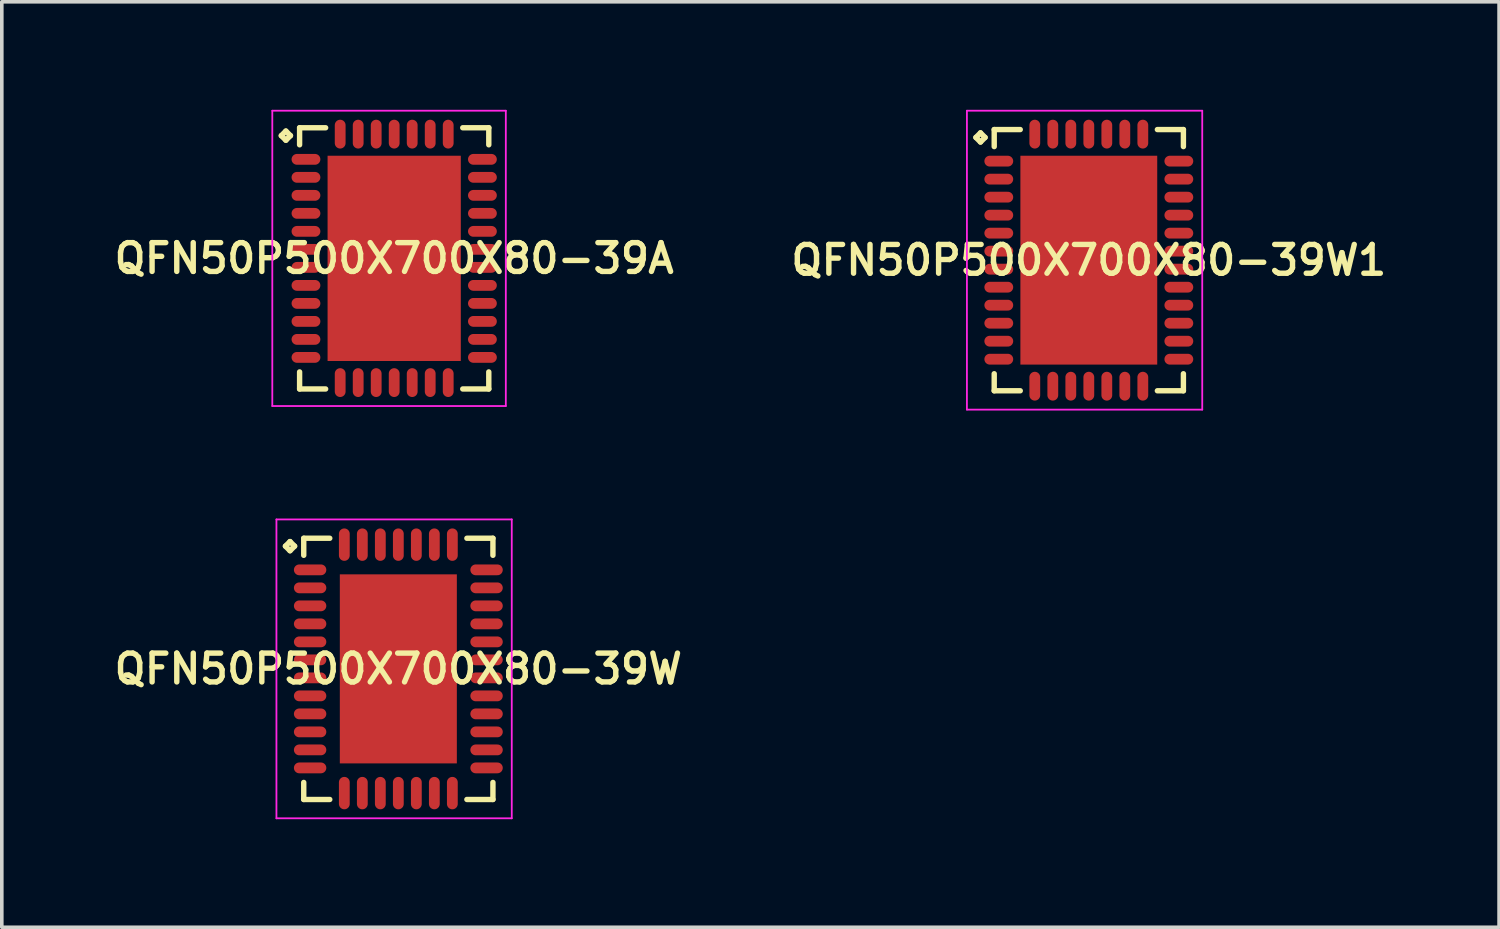
<source format=kicad_pcb>
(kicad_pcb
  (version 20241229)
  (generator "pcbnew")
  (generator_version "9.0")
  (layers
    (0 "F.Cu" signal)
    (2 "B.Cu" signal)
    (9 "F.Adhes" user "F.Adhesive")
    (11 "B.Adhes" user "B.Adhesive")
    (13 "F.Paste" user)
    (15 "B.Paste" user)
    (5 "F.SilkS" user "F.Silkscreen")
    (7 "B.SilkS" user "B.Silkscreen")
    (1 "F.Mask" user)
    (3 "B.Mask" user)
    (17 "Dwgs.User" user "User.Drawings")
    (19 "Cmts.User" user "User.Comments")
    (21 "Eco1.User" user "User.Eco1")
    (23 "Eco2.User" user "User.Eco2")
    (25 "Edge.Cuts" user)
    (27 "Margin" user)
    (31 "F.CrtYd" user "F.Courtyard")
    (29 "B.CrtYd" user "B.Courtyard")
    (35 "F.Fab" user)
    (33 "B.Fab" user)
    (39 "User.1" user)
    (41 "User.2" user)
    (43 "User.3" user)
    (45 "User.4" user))
  (footprint "QFN50P500X700X80-39W1"
    (layer "F.Cu")
    (at 27.187 4.175)
    (property "Reference" "QFN50P500X700X80-39W1" (at 0 0 0) (layer "F.SilkS") (effects (font (size 0.8 0.8) (thickness 0.15))))
    (attr smd)
    (fp_line (start -3.135 -3.408) (end -3.008 -3.535) (stroke (width 0.15) (type solid)) (layer "F.SilkS"))
    (fp_line (start -3.008 -3.535) (end -2.881 -3.408) (stroke (width 0.15) (type solid)) (layer "F.SilkS"))
    (fp_line (start -3.008 -3.281) (end -3.135 -3.408) (stroke (width 0.15) (type solid)) (layer "F.SilkS"))
    (fp_line (start -2.881 -3.408) (end -3.008 -3.281) (stroke (width 0.15) (type solid)) (layer "F.SilkS"))
    (fp_line (start -2.627 -3.627) (end -1.904 -3.627) (stroke (width 0.15) (type solid)) (layer "F.SilkS"))
    (fp_line (start -2.627 -3.154) (end -2.627 -3.627) (stroke (width 0.15) (type solid)) (layer "F.SilkS"))
    (fp_line (start -2.627 3.154) (end -2.627 3.627) (stroke (width 0.15) (type solid)) (layer "F.SilkS"))
    (fp_line (start -2.627 3.627) (end -1.904 3.627) (stroke (width 0.15) (type solid)) (layer "F.SilkS"))
    (fp_line (start 1.904 -3.627) (end 2.627 -3.627) (stroke (width 0.15) (type solid)) (layer "F.SilkS"))
    (fp_line (start 1.904 3.627) (end 2.627 3.627) (stroke (width 0.15) (type solid)) (layer "F.SilkS"))
    (fp_line (start 2.627 -3.627) (end 2.627 -3.154) (stroke (width 0.15) (type solid)) (layer "F.SilkS"))
    (fp_line (start 2.627 3.627) (end 2.627 3.154) (stroke (width 0.15) (type solid)) (layer "F.SilkS"))
    (fp_line (start -3.385 -4.15) (end 3.15 -4.15) (stroke (width 0.05) (type solid)) (layer "F.CrtYd"))
    (fp_line (start -3.385 4.15) (end -3.385 -4.15) (stroke (width 0.05) (type solid)) (layer "F.CrtYd"))
    (fp_line (start 3.15 -4.15) (end 3.15 4.15) (stroke (width 0.05) (type solid)) (layer "F.CrtYd"))
    (fp_line (start 3.15 4.15) (end -3.385 4.15) (stroke (width 0.05) (type solid)) (layer "F.CrtYd"))
    (pad "1" smd oval (at -2.5 -2.75) (size 0.8 0.3) (layers "F.Cu" "F.Mask" "F.Paste"))
    (pad "2" smd oval (at -2.5 -2.25) (size 0.8 0.3) (layers "F.Cu" "F.Mask" "F.Paste"))
    (pad "3" smd oval (at -2.5 -1.75) (size 0.8 0.3) (layers "F.Cu" "F.Mask" "F.Paste"))
    (pad "4" smd oval (at -2.5 -1.25) (size 0.8 0.3) (layers "F.Cu" "F.Mask" "F.Paste"))
    (pad "5" smd oval (at -2.5 -0.75) (size 0.8 0.3) (layers "F.Cu" "F.Mask" "F.Paste"))
    (pad "6" smd oval (at -2.5 -0.25) (size 0.8 0.3) (layers "F.Cu" "F.Mask" "F.Paste"))
    (pad "7" smd oval (at -2.5 0.25) (size 0.8 0.3) (layers "F.Cu" "F.Mask" "F.Paste"))
    (pad "8" smd oval (at -2.5 0.75) (size 0.8 0.3) (layers "F.Cu" "F.Mask" "F.Paste"))
    (pad "9" smd oval (at -2.5 1.25) (size 0.8 0.3) (layers "F.Cu" "F.Mask" "F.Paste"))
    (pad "10" smd oval (at -2.5 1.75) (size 0.8 0.3) (layers "F.Cu" "F.Mask" "F.Paste"))
    (pad "11" smd oval (at -2.5 2.25) (size 0.8 0.3) (layers "F.Cu" "F.Mask" "F.Paste"))
    (pad "12" smd oval (at -2.5 2.75) (size 0.8 0.3) (layers "F.Cu" "F.Mask" "F.Paste"))
    (pad "13" smd oval (at -1.5 3.5) (size 0.3 0.8) (layers "F.Cu" "F.Mask" "F.Paste"))
    (pad "14" smd oval (at -1 3.5) (size 0.3 0.8) (layers "F.Cu" "F.Mask" "F.Paste"))
    (pad "15" smd oval (at -0.5 3.5) (size 0.3 0.8) (layers "F.Cu" "F.Mask" "F.Paste"))
    (pad "16" smd oval (at 0 3.5) (size 0.3 0.8) (layers "F.Cu" "F.Mask" "F.Paste"))
    (pad "17" smd oval (at 0.5 3.5) (size 0.3 0.8) (layers "F.Cu" "F.Mask" "F.Paste"))
    (pad "18" smd oval (at 1 3.5) (size 0.3 0.8) (layers "F.Cu" "F.Mask" "F.Paste"))
    (pad "19" smd oval (at 1.5 3.5) (size 0.3 0.8) (layers "F.Cu" "F.Mask" "F.Paste"))
    (pad "20" smd oval (at 2.5 2.75) (size 0.8 0.3) (layers "F.Cu" "F.Mask" "F.Paste"))
    (pad "21" smd oval (at 2.5 2.25) (size 0.8 0.3) (layers "F.Cu" "F.Mask" "F.Paste"))
    (pad "22" smd oval (at 2.5 1.75) (size 0.8 0.3) (layers "F.Cu" "F.Mask" "F.Paste"))
    (pad "23" smd oval (at 2.5 1.25) (size 0.8 0.3) (layers "F.Cu" "F.Mask" "F.Paste"))
    (pad "24" smd oval (at 2.5 0.75) (size 0.8 0.3) (layers "F.Cu" "F.Mask" "F.Paste"))
    (pad "25" smd oval (at 2.5 0.25) (size 0.8 0.3) (layers "F.Cu" "F.Mask" "F.Paste"))
    (pad "26" smd oval (at 2.5 -0.25) (size 0.8 0.3) (layers "F.Cu" "F.Mask" "F.Paste"))
    (pad "27" smd oval (at 2.5 -0.75) (size 0.8 0.3) (layers "F.Cu" "F.Mask" "F.Paste"))
    (pad "28" smd oval (at 2.5 -1.25) (size 0.8 0.3) (layers "F.Cu" "F.Mask" "F.Paste"))
    (pad "29" smd oval (at 2.5 -1.75) (size 0.8 0.3) (layers "F.Cu" "F.Mask" "F.Paste"))
    (pad "30" smd oval (at 2.5 -2.25) (size 0.8 0.3) (layers "F.Cu" "F.Mask" "F.Paste"))
    (pad "31" smd oval (at 2.5 -2.75) (size 0.8 0.3) (layers "F.Cu" "F.Mask" "F.Paste"))
    (pad "32" smd oval (at 1.5 -3.5) (size 0.3 0.8) (layers "F.Cu" "F.Mask" "F.Paste"))
    (pad "33" smd oval (at 1 -3.5) (size 0.3 0.8) (layers "F.Cu" "F.Mask" "F.Paste"))
    (pad "34" smd oval (at 0.5 -3.5) (size 0.3 0.8) (layers "F.Cu" "F.Mask" "F.Paste"))
    (pad "35" smd oval (at 0 -3.5) (size 0.3 0.8) (layers "F.Cu" "F.Mask" "F.Paste"))
    (pad "36" smd oval (at -0.5 -3.5) (size 0.3 0.8) (layers "F.Cu" "F.Mask" "F.Paste"))
    (pad "37" smd oval (at -1 -3.5) (size 0.3 0.8) (layers "F.Cu" "F.Mask" "F.Paste"))
    (pad "38" smd oval (at -1.5 -3.5) (size 0.3 0.8) (layers "F.Cu" "F.Mask" "F.Paste"))
    (pad "39" smd rect (at 0 0) (size 3.8 5.8) (layers "F.Cu" "F.Mask" "F.Paste")))
  (footprint "QFN50P500X700X80-39W"
    (layer "F.Cu")
    (at 8.012 15.525)
    (property "Reference" "QFN50P500X700X80-39W" (at 0 0 0) (layer "F.SilkS") (effects (font (size 0.8 0.8) (thickness 0.15))))
    (attr smd)
    (fp_line (start -3.135 -3.408) (end -3.008 -3.535) (stroke (width 0.15) (type solid)) (layer "F.SilkS"))
    (fp_line (start -3.008 -3.535) (end -2.881 -3.408) (stroke (width 0.15) (type solid)) (layer "F.SilkS"))
    (fp_line (start -3.008 -3.281) (end -3.135 -3.408) (stroke (width 0.15) (type solid)) (layer "F.SilkS"))
    (fp_line (start -2.881 -3.408) (end -3.008 -3.281) (stroke (width 0.15) (type solid)) (layer "F.SilkS"))
    (fp_line (start -2.627 -3.627) (end -1.904 -3.627) (stroke (width 0.15) (type solid)) (layer "F.SilkS"))
    (fp_line (start -2.627 -3.154) (end -2.627 -3.627) (stroke (width 0.15) (type solid)) (layer "F.SilkS"))
    (fp_line (start -2.627 3.154) (end -2.627 3.627) (stroke (width 0.15) (type solid)) (layer "F.SilkS"))
    (fp_line (start -2.627 3.627) (end -1.904 3.627) (stroke (width 0.15) (type solid)) (layer "F.SilkS"))
    (fp_line (start 1.904 -3.627) (end 2.627 -3.627) (stroke (width 0.15) (type solid)) (layer "F.SilkS"))
    (fp_line (start 1.904 3.627) (end 2.627 3.627) (stroke (width 0.15) (type solid)) (layer "F.SilkS"))
    (fp_line (start 2.627 -3.627) (end 2.627 -3.154) (stroke (width 0.15) (type solid)) (layer "F.SilkS"))
    (fp_line (start 2.627 3.627) (end 2.627 3.154) (stroke (width 0.15) (type solid)) (layer "F.SilkS"))
    (fp_line (start -3.385 -4.15) (end 3.15 -4.15) (stroke (width 0.05) (type solid)) (layer "F.CrtYd"))
    (fp_line (start -3.385 4.15) (end -3.385 -4.15) (stroke (width 0.05) (type solid)) (layer "F.CrtYd"))
    (fp_line (start 3.15 -4.15) (end 3.15 4.15) (stroke (width 0.05) (type solid)) (layer "F.CrtYd"))
    (fp_line (start 3.15 4.15) (end -3.385 4.15) (stroke (width 0.05) (type solid)) (layer "F.CrtYd"))
    (pad "1" smd oval (at -2.45 -2.75) (size 0.9 0.3) (layers "F.Cu" "F.Mask" "F.Paste"))
    (pad "2" smd oval (at -2.45 -2.25) (size 0.9 0.3) (layers "F.Cu" "F.Mask" "F.Paste"))
    (pad "3" smd oval (at -2.45 -1.75) (size 0.9 0.3) (layers "F.Cu" "F.Mask" "F.Paste"))
    (pad "4" smd oval (at -2.45 -1.25) (size 0.9 0.3) (layers "F.Cu" "F.Mask" "F.Paste"))
    (pad "5" smd oval (at -2.45 -0.75) (size 0.9 0.3) (layers "F.Cu" "F.Mask" "F.Paste"))
    (pad "6" smd oval (at -2.45 -0.25) (size 0.9 0.3) (layers "F.Cu" "F.Mask" "F.Paste"))
    (pad "7" smd oval (at -2.45 0.25) (size 0.9 0.3) (layers "F.Cu" "F.Mask" "F.Paste"))
    (pad "8" smd oval (at -2.45 0.75) (size 0.9 0.3) (layers "F.Cu" "F.Mask" "F.Paste"))
    (pad "9" smd oval (at -2.45 1.25) (size 0.9 0.3) (layers "F.Cu" "F.Mask" "F.Paste"))
    (pad "10" smd oval (at -2.45 1.75) (size 0.9 0.3) (layers "F.Cu" "F.Mask" "F.Paste"))
    (pad "11" smd oval (at -2.45 2.25) (size 0.9 0.3) (layers "F.Cu" "F.Mask" "F.Paste"))
    (pad "12" smd oval (at -2.45 2.75) (size 0.9 0.3) (layers "F.Cu" "F.Mask" "F.Paste"))
    (pad "13" smd oval (at -1.5 3.45) (size 0.3 0.9) (layers "F.Cu" "F.Mask" "F.Paste"))
    (pad "14" smd oval (at -1 3.45) (size 0.3 0.9) (layers "F.Cu" "F.Mask" "F.Paste"))
    (pad "15" smd oval (at -0.5 3.45) (size 0.3 0.9) (layers "F.Cu" "F.Mask" "F.Paste"))
    (pad "16" smd oval (at 0 3.45) (size 0.3 0.9) (layers "F.Cu" "F.Mask" "F.Paste"))
    (pad "17" smd oval (at 0.5 3.45) (size 0.3 0.9) (layers "F.Cu" "F.Mask" "F.Paste"))
    (pad "18" smd oval (at 1 3.45) (size 0.3 0.9) (layers "F.Cu" "F.Mask" "F.Paste"))
    (pad "19" smd oval (at 1.5 3.45) (size 0.3 0.9) (layers "F.Cu" "F.Mask" "F.Paste"))
    (pad "20" smd oval (at 2.45 2.75) (size 0.9 0.3) (layers "F.Cu" "F.Mask" "F.Paste"))
    (pad "21" smd oval (at 2.45 2.25) (size 0.9 0.3) (layers "F.Cu" "F.Mask" "F.Paste"))
    (pad "22" smd oval (at 2.45 1.75) (size 0.9 0.3) (layers "F.Cu" "F.Mask" "F.Paste"))
    (pad "23" smd oval (at 2.45 1.25) (size 0.9 0.3) (layers "F.Cu" "F.Mask" "F.Paste"))
    (pad "24" smd oval (at 2.45 0.75) (size 0.9 0.3) (layers "F.Cu" "F.Mask" "F.Paste"))
    (pad "25" smd oval (at 2.45 0.25) (size 0.9 0.3) (layers "F.Cu" "F.Mask" "F.Paste"))
    (pad "26" smd oval (at 2.45 -0.25) (size 0.9 0.3) (layers "F.Cu" "F.Mask" "F.Paste"))
    (pad "27" smd oval (at 2.45 -0.75) (size 0.9 0.3) (layers "F.Cu" "F.Mask" "F.Paste"))
    (pad "28" smd oval (at 2.45 -1.25) (size 0.9 0.3) (layers "F.Cu" "F.Mask" "F.Paste"))
    (pad "29" smd oval (at 2.45 -1.75) (size 0.9 0.3) (layers "F.Cu" "F.Mask" "F.Paste"))
    (pad "30" smd oval (at 2.45 -2.25) (size 0.9 0.3) (layers "F.Cu" "F.Mask" "F.Paste"))
    (pad "31" smd oval (at 2.45 -2.75) (size 0.9 0.3) (layers "F.Cu" "F.Mask" "F.Paste"))
    (pad "32" smd oval (at 1.5 -3.45) (size 0.3 0.9) (layers "F.Cu" "F.Mask" "F.Paste"))
    (pad "33" smd oval (at 1 -3.45) (size 0.3 0.9) (layers "F.Cu" "F.Mask" "F.Paste"))
    (pad "34" smd oval (at 0.5 -3.45) (size 0.3 0.9) (layers "F.Cu" "F.Mask" "F.Paste"))
    (pad "35" smd oval (at 0 -3.45) (size 0.3 0.9) (layers "F.Cu" "F.Mask" "F.Paste"))
    (pad "36" smd oval (at -0.5 -3.45) (size 0.3 0.9) (layers "F.Cu" "F.Mask" "F.Paste"))
    (pad "37" smd oval (at -1 -3.45) (size 0.3 0.9) (layers "F.Cu" "F.Mask" "F.Paste"))
    (pad "38" smd oval (at -1.5 -3.45) (size 0.3 0.9) (layers "F.Cu" "F.Mask" "F.Paste"))
    (pad "39" smd rect (at 0 0) (size 3.25 5.25) (layers "F.Cu" "F.Mask" "F.Paste")))
  (footprint "QFN50P500X700X80-39A"
    (layer "F.Cu")
    (at 7.897 4.125)
    (property "Reference" "QFN50P500X700X80-39A" (at 0 0 0) (layer "F.SilkS") (effects (font (size 0.8 0.8) (thickness 0.15))))
    (attr smd)
    (fp_line (start -3.135 -3.408) (end -3.008 -3.535) (stroke (width 0.15) (type solid)) (layer "F.SilkS"))
    (fp_line (start -3.008 -3.535) (end -2.881 -3.408) (stroke (width 0.15) (type solid)) (layer "F.SilkS"))
    (fp_line (start -3.008 -3.281) (end -3.135 -3.408) (stroke (width 0.15) (type solid)) (layer "F.SilkS"))
    (fp_line (start -2.881 -3.408) (end -3.008 -3.281) (stroke (width 0.15) (type solid)) (layer "F.SilkS"))
    (fp_line (start -2.627 -3.627) (end -1.904 -3.627) (stroke (width 0.15) (type solid)) (layer "F.SilkS"))
    (fp_line (start -2.627 -3.154) (end -2.627 -3.627) (stroke (width 0.15) (type solid)) (layer "F.SilkS"))
    (fp_line (start -2.627 3.154) (end -2.627 3.627) (stroke (width 0.15) (type solid)) (layer "F.SilkS"))
    (fp_line (start -2.627 3.627) (end -1.904 3.627) (stroke (width 0.15) (type solid)) (layer "F.SilkS"))
    (fp_line (start 1.904 -3.627) (end 2.627 -3.627) (stroke (width 0.15) (type solid)) (layer "F.SilkS"))
    (fp_line (start 1.904 3.627) (end 2.627 3.627) (stroke (width 0.15) (type solid)) (layer "F.SilkS"))
    (fp_line (start 2.627 -3.627) (end 2.627 -3.154) (stroke (width 0.15) (type solid)) (layer "F.SilkS"))
    (fp_line (start 2.627 3.627) (end 2.627 3.154) (stroke (width 0.15) (type solid)) (layer "F.SilkS"))
    (fp_line (start -3.385 -4.1) (end 3.1 -4.1) (stroke (width 0.05) (type solid)) (layer "F.CrtYd"))
    (fp_line (start -3.385 4.1) (end -3.385 -4.1) (stroke (width 0.05) (type solid)) (layer "F.CrtYd"))
    (fp_line (start 3.1 -4.1) (end 3.1 4.1) (stroke (width 0.05) (type solid)) (layer "F.CrtYd"))
    (fp_line (start 3.1 4.1) (end -3.385 4.1) (stroke (width 0.05) (type solid)) (layer "F.CrtYd"))
    (pad "1" smd oval (at -2.45 -2.75) (size 0.8 0.3) (layers "F.Cu" "F.Mask" "F.Paste"))
    (pad "2" smd oval (at -2.45 -2.25) (size 0.8 0.3) (layers "F.Cu" "F.Mask" "F.Paste"))
    (pad "3" smd oval (at -2.45 -1.75) (size 0.8 0.3) (layers "F.Cu" "F.Mask" "F.Paste"))
    (pad "4" smd oval (at -2.45 -1.25) (size 0.8 0.3) (layers "F.Cu" "F.Mask" "F.Paste"))
    (pad "5" smd oval (at -2.45 -0.75) (size 0.8 0.3) (layers "F.Cu" "F.Mask" "F.Paste"))
    (pad "6" smd oval (at -2.45 -0.25) (size 0.8 0.3) (layers "F.Cu" "F.Mask" "F.Paste"))
    (pad "7" smd oval (at -2.45 0.25) (size 0.8 0.3) (layers "F.Cu" "F.Mask" "F.Paste"))
    (pad "8" smd oval (at -2.45 0.75) (size 0.8 0.3) (layers "F.Cu" "F.Mask" "F.Paste"))
    (pad "9" smd oval (at -2.45 1.25) (size 0.8 0.3) (layers "F.Cu" "F.Mask" "F.Paste"))
    (pad "10" smd oval (at -2.45 1.75) (size 0.8 0.3) (layers "F.Cu" "F.Mask" "F.Paste"))
    (pad "11" smd oval (at -2.45 2.25) (size 0.8 0.3) (layers "F.Cu" "F.Mask" "F.Paste"))
    (pad "12" smd oval (at -2.45 2.75) (size 0.8 0.3) (layers "F.Cu" "F.Mask" "F.Paste"))
    (pad "13" smd oval (at -1.5 3.45) (size 0.3 0.8) (layers "F.Cu" "F.Mask" "F.Paste"))
    (pad "14" smd oval (at -1 3.45) (size 0.3 0.8) (layers "F.Cu" "F.Mask" "F.Paste"))
    (pad "15" smd oval (at -0.5 3.45) (size 0.3 0.8) (layers "F.Cu" "F.Mask" "F.Paste"))
    (pad "16" smd oval (at 0 3.45) (size 0.3 0.8) (layers "F.Cu" "F.Mask" "F.Paste"))
    (pad "17" smd oval (at 0.5 3.45) (size 0.3 0.8) (layers "F.Cu" "F.Mask" "F.Paste"))
    (pad "18" smd oval (at 1 3.45) (size 0.3 0.8) (layers "F.Cu" "F.Mask" "F.Paste"))
    (pad "19" smd oval (at 1.5 3.45) (size 0.3 0.8) (layers "F.Cu" "F.Mask" "F.Paste"))
    (pad "20" smd oval (at 2.45 2.75) (size 0.8 0.3) (layers "F.Cu" "F.Mask" "F.Paste"))
    (pad "21" smd oval (at 2.45 2.25) (size 0.8 0.3) (layers "F.Cu" "F.Mask" "F.Paste"))
    (pad "22" smd oval (at 2.45 1.75) (size 0.8 0.3) (layers "F.Cu" "F.Mask" "F.Paste"))
    (pad "23" smd oval (at 2.45 1.25) (size 0.8 0.3) (layers "F.Cu" "F.Mask" "F.Paste"))
    (pad "24" smd oval (at 2.45 0.75) (size 0.8 0.3) (layers "F.Cu" "F.Mask" "F.Paste"))
    (pad "25" smd oval (at 2.45 0.25) (size 0.8 0.3) (layers "F.Cu" "F.Mask" "F.Paste"))
    (pad "26" smd oval (at 2.45 -0.25) (size 0.8 0.3) (layers "F.Cu" "F.Mask" "F.Paste"))
    (pad "27" smd oval (at 2.45 -0.75) (size 0.8 0.3) (layers "F.Cu" "F.Mask" "F.Paste"))
    (pad "28" smd oval (at 2.45 -1.25) (size 0.8 0.3) (layers "F.Cu" "F.Mask" "F.Paste"))
    (pad "29" smd oval (at 2.45 -1.75) (size 0.8 0.3) (layers "F.Cu" "F.Mask" "F.Paste"))
    (pad "30" smd oval (at 2.45 -2.25) (size 0.8 0.3) (layers "F.Cu" "F.Mask" "F.Paste"))
    (pad "31" smd oval (at 2.45 -2.75) (size 0.8 0.3) (layers "F.Cu" "F.Mask" "F.Paste"))
    (pad "32" smd oval (at 1.5 -3.45) (size 0.3 0.8) (layers "F.Cu" "F.Mask" "F.Paste"))
    (pad "33" smd oval (at 1 -3.45) (size 0.3 0.8) (layers "F.Cu" "F.Mask" "F.Paste"))
    (pad "34" smd oval (at 0.5 -3.45) (size 0.3 0.8) (layers "F.Cu" "F.Mask" "F.Paste"))
    (pad "35" smd oval (at 0 -3.45) (size 0.3 0.8) (layers "F.Cu" "F.Mask" "F.Paste"))
    (pad "36" smd oval (at -0.5 -3.45) (size 0.3 0.8) (layers "F.Cu" "F.Mask" "F.Paste"))
    (pad "37" smd oval (at -1 -3.45) (size 0.3 0.8) (layers "F.Cu" "F.Mask" "F.Paste"))
    (pad "38" smd oval (at -1.5 -3.45) (size 0.3 0.8) (layers "F.Cu" "F.Mask" "F.Paste"))
    (pad "39" smd rect (at 0 0) (size 3.7 5.7) (layers "F.Cu" "F.Mask" "F.Paste")))
  (gr_rect
    (start -3 -3)
    (end 38.58 22.7)
    (stroke (width 0.1) (type default))
    (fill no)
    (layer "Edge.Cuts")))
</source>
